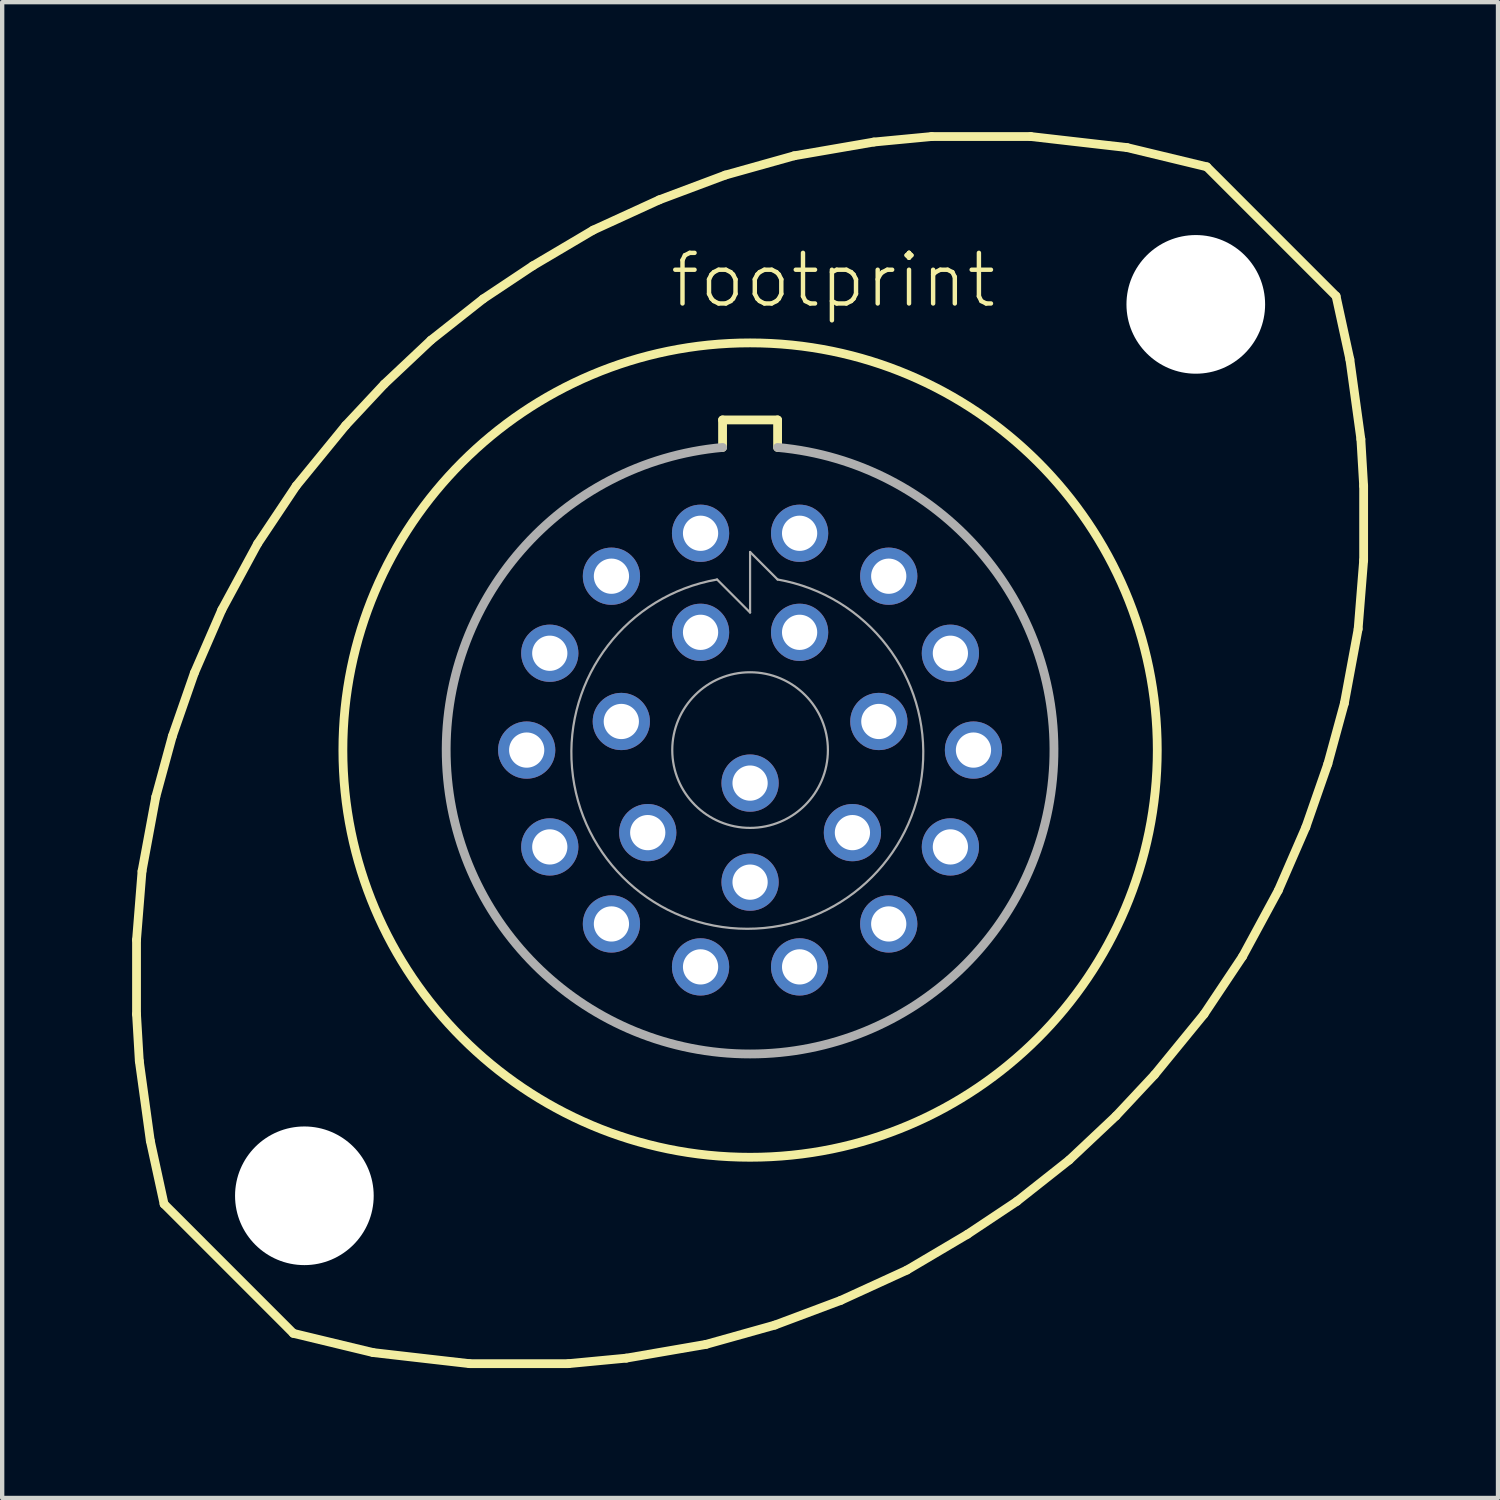
<source format=kicad_pcb>
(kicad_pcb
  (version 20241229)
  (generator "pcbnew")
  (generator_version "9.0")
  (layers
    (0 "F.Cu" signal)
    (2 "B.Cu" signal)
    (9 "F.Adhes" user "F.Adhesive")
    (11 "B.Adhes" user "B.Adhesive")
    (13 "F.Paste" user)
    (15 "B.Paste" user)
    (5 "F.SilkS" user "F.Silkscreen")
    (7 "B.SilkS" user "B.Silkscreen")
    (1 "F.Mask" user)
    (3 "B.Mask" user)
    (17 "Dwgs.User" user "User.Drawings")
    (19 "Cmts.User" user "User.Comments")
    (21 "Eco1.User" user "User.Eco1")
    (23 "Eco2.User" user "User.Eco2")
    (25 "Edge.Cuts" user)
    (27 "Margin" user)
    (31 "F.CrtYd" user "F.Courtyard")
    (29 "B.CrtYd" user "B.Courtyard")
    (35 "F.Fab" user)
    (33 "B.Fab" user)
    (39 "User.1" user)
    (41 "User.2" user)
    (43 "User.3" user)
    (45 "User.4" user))
  (footprint "footprint"
    (layer "F.Cu")
    (at 14.262 14.262)
    (property "Reference" "footprint" (at -1.905 -10.16 0) (layer "F.SilkS") (effects (font (size 1.168 1.168) (thickness 0.102)) (justify left bottom)))
    (fp_line (start -14.161 4.381) (end -14.034 2.794) (stroke (width 0.203) (type solid)) (layer "F.SilkS"))
    (fp_line (start -14.161 6.096) (end -14.161 4.381) (stroke (width 0.203) (type solid)) (layer "F.SilkS"))
    (fp_line (start -14.097 7.176) (end -14.161 6.096) (stroke (width 0.203) (type solid)) (layer "F.SilkS"))
    (fp_line (start -14.034 2.794) (end -13.716 1.079) (stroke (width 0.203) (type solid)) (layer "F.SilkS"))
    (fp_line (start -13.843 9.017) (end -14.097 7.176) (stroke (width 0.203) (type solid)) (layer "F.SilkS"))
    (fp_line (start -13.716 1.079) (end -13.335 -0.318) (stroke (width 0.203) (type solid)) (layer "F.SilkS"))
    (fp_line (start -13.525 10.477) (end -13.843 9.017) (stroke (width 0.203) (type solid)) (layer "F.SilkS"))
    (fp_line (start -13.525 10.477) (end -10.541 13.462) (stroke (width 0.203) (type solid)) (layer "F.SilkS"))
    (fp_line (start -13.335 -0.318) (end -12.827 -1.778) (stroke (width 0.203) (type solid)) (layer "F.SilkS"))
    (fp_line (start -12.827 -1.778) (end -12.192 -3.239) (stroke (width 0.203) (type solid)) (layer "F.SilkS"))
    (fp_line (start -12.192 -3.239) (end -11.367 -4.763) (stroke (width 0.203) (type solid)) (layer "F.SilkS"))
    (fp_line (start -11.367 -4.763) (end -10.477 -6.096) (stroke (width 0.203) (type solid)) (layer "F.SilkS"))
    (fp_line (start -10.477 -6.096) (end -9.335 -7.493) (stroke (width 0.203) (type solid)) (layer "F.SilkS"))
    (fp_line (start -9.335 -7.493) (end -8.445 -8.445) (stroke (width 0.203) (type solid)) (layer "F.SilkS"))
    (fp_line (start -8.7 13.906) (end -10.541 13.462) (stroke (width 0.203) (type solid)) (layer "F.SilkS"))
    (fp_line (start -8.445 -8.445) (end -7.366 -9.461) (stroke (width 0.203) (type solid)) (layer "F.SilkS"))
    (fp_line (start -7.366 -9.461) (end -6.16 -10.414) (stroke (width 0.203) (type solid)) (layer "F.SilkS"))
    (fp_line (start -6.477 14.161) (end -8.7 13.906) (stroke (width 0.203) (type solid)) (layer "F.SilkS"))
    (fp_line (start -6.16 -10.414) (end -5.016 -11.176) (stroke (width 0.203) (type solid)) (layer "F.SilkS"))
    (fp_line (start -5.016 -11.176) (end -3.619 -12.002) (stroke (width 0.203) (type solid)) (layer "F.SilkS"))
    (fp_line (start -4.191 14.161) (end -6.477 14.161) (stroke (width 0.203) (type solid)) (layer "F.SilkS"))
    (fp_line (start -3.619 -12.002) (end -2.095 -12.7) (stroke (width 0.203) (type solid)) (layer "F.SilkS"))
    (fp_line (start -2.857 14.034) (end -4.191 14.161) (stroke (width 0.203) (type solid)) (layer "F.SilkS"))
    (fp_line (start -2.095 -12.7) (end -0.572 -13.271) (stroke (width 0.203) (type solid)) (layer "F.SilkS"))
    (fp_line (start -1.016 13.716) (end -2.857 14.034) (stroke (width 0.203) (type solid)) (layer "F.SilkS"))
    (fp_line (start -0.635 -7.62) (end 0.635 -7.62) (stroke (width 0.203) (type solid)) (layer "F.SilkS"))
    (fp_line (start -0.635 -6.985) (end -0.635 -7.62) (stroke (width 0.203) (type solid)) (layer "F.SilkS"))
    (fp_line (start -0.572 -13.271) (end 1.016 -13.716) (stroke (width 0.203) (type solid)) (layer "F.SilkS"))
    (fp_line (start 0.572 13.271) (end -1.016 13.716) (stroke (width 0.203) (type solid)) (layer "F.SilkS"))
    (fp_line (start 0.635 -7.62) (end 0.635 -6.985) (stroke (width 0.203) (type solid)) (layer "F.SilkS"))
    (fp_line (start 1.016 -13.716) (end 2.857 -14.034) (stroke (width 0.203) (type solid)) (layer "F.SilkS"))
    (fp_line (start 2.095 12.7) (end 0.572 13.271) (stroke (width 0.203) (type solid)) (layer "F.SilkS"))
    (fp_line (start 2.857 -14.034) (end 4.191 -14.161) (stroke (width 0.203) (type solid)) (layer "F.SilkS"))
    (fp_line (start 3.619 12.002) (end 2.095 12.7) (stroke (width 0.203) (type solid)) (layer "F.SilkS"))
    (fp_line (start 4.191 -14.161) (end 6.477 -14.161) (stroke (width 0.203) (type solid)) (layer "F.SilkS"))
    (fp_line (start 5.016 11.176) (end 3.619 12.002) (stroke (width 0.203) (type solid)) (layer "F.SilkS"))
    (fp_line (start 6.16 10.414) (end 5.016 11.176) (stroke (width 0.203) (type solid)) (layer "F.SilkS"))
    (fp_line (start 6.477 -14.161) (end 8.7 -13.906) (stroke (width 0.203) (type solid)) (layer "F.SilkS"))
    (fp_line (start 7.366 9.461) (end 6.16 10.414) (stroke (width 0.203) (type solid)) (layer "F.SilkS"))
    (fp_line (start 8.445 8.445) (end 7.366 9.461) (stroke (width 0.203) (type solid)) (layer "F.SilkS"))
    (fp_line (start 8.7 -13.906) (end 10.541 -13.462) (stroke (width 0.203) (type solid)) (layer "F.SilkS"))
    (fp_line (start 9.335 7.493) (end 8.445 8.445) (stroke (width 0.203) (type solid)) (layer "F.SilkS"))
    (fp_line (start 10.477 6.096) (end 9.335 7.493) (stroke (width 0.203) (type solid)) (layer "F.SilkS"))
    (fp_line (start 11.367 4.763) (end 10.477 6.096) (stroke (width 0.203) (type solid)) (layer "F.SilkS"))
    (fp_line (start 12.192 3.239) (end 11.367 4.763) (stroke (width 0.203) (type solid)) (layer "F.SilkS"))
    (fp_line (start 12.827 1.778) (end 12.192 3.239) (stroke (width 0.203) (type solid)) (layer "F.SilkS"))
    (fp_line (start 13.335 0.318) (end 12.827 1.778) (stroke (width 0.203) (type solid)) (layer "F.SilkS"))
    (fp_line (start 13.525 -10.477) (end 10.541 -13.462) (stroke (width 0.203) (type solid)) (layer "F.SilkS"))
    (fp_line (start 13.525 -10.477) (end 13.843 -9.017) (stroke (width 0.203) (type solid)) (layer "F.SilkS"))
    (fp_line (start 13.716 -1.079) (end 13.335 0.318) (stroke (width 0.203) (type solid)) (layer "F.SilkS"))
    (fp_line (start 13.843 -9.017) (end 14.097 -7.176) (stroke (width 0.203) (type solid)) (layer "F.SilkS"))
    (fp_line (start 14.034 -2.794) (end 13.716 -1.079) (stroke (width 0.203) (type solid)) (layer "F.SilkS"))
    (fp_line (start 14.097 -7.176) (end 14.161 -6.096) (stroke (width 0.203) (type solid)) (layer "F.SilkS"))
    (fp_line (start 14.161 -6.096) (end 14.161 -4.381) (stroke (width 0.203) (type solid)) (layer "F.SilkS"))
    (fp_line (start 14.161 -4.381) (end 14.034 -2.794) (stroke (width 0.203) (type solid)) (layer "F.SilkS"))
    (fp_circle (center 0 0) (end 9.398 0) (stroke (width 0.203) (type solid)) (fill no) (layer "F.SilkS"))
    (fp_line (start -0.762 -3.937) (end 0 -3.175) (stroke (width 0.051) (type solid)) (layer "F.Fab"))
    (fp_line (start 0 -4.572) (end 0.635 -3.937) (stroke (width 0.051) (type solid)) (layer "F.Fab"))
    (fp_line (start 0 -3.175) (end 0 -4.572) (stroke (width 0.051) (type solid)) (layer "F.Fab"))
    (fp_arc (start 0.635 -6.985) (mid 0 7.013804) (end -0.635 -6.985) (stroke (width 0.2032) (type solid)) (layer "F.Fab"))
    (fp_arc (start 0.635 -3.937) (mid -0.0635 4.124522) (end -0.762 -3.937) (stroke (width 0.0508) (type solid)) (layer "F.Fab"))
    (fp_circle (center 0 0) (end 1.796 0) (stroke (width 0.051) (type solid)) (fill no) (layer "F.Fab"))
    (pad "" np_thru_hole circle (at -10.287 10.287) (size 3.2 3.2) (drill 3.2) (layers "*.Cu" "*.Mask"))
    (pad "" np_thru_hole circle (at 10.287 -10.287) (size 3.2 3.2) (drill 3.2) (layers "*.Cu" "*.Mask"))
    (pad "1" thru_hole circle (at 1.143 -5.004) (size 1.321 1.321) (drill 0.813) (layers "*.Cu" "*.Mask"))
    (pad "2" thru_hole circle (at 3.2 -4.013) (size 1.321 1.321) (drill 0.813) (layers "*.Cu" "*.Mask"))
    (pad "3" thru_hole circle (at 4.623 -2.235) (size 1.321 1.321) (drill 0.813) (layers "*.Cu" "*.Mask"))
    (pad "4" thru_hole circle (at 5.156 0) (size 1.321 1.321) (drill 0.813) (layers "*.Cu" "*.Mask"))
    (pad "5" thru_hole circle (at 4.623 2.235) (size 1.321 1.321) (drill 0.813) (layers "*.Cu" "*.Mask"))
    (pad "6" thru_hole circle (at 3.2 4.013) (size 1.321 1.321) (drill 0.813) (layers "*.Cu" "*.Mask"))
    (pad "7" thru_hole circle (at 1.143 5.004) (size 1.321 1.321) (drill 0.813) (layers "*.Cu" "*.Mask"))
    (pad "8" thru_hole circle (at -1.143 5.004) (size 1.321 1.321) (drill 0.813) (layers "*.Cu" "*.Mask"))
    (pad "9" thru_hole circle (at -3.2 4.013) (size 1.321 1.321) (drill 0.813) (layers "*.Cu" "*.Mask"))
    (pad "10" thru_hole circle (at -4.623 2.235) (size 1.321 1.321) (drill 0.813) (layers "*.Cu" "*.Mask"))
    (pad "11" thru_hole circle (at -5.156 0) (size 1.321 1.321) (drill 0.813) (layers "*.Cu" "*.Mask"))
    (pad "12" thru_hole circle (at -4.623 -2.235) (size 1.321 1.321) (drill 0.813) (layers "*.Cu" "*.Mask"))
    (pad "13" thru_hole circle (at -3.2 -4.013) (size 1.321 1.321) (drill 0.813) (layers "*.Cu" "*.Mask"))
    (pad "14" thru_hole circle (at -1.143 -5.004) (size 1.321 1.321) (drill 0.813) (layers "*.Cu" "*.Mask"))
    (pad "15" thru_hole circle (at 1.143 -2.718) (size 1.321 1.321) (drill 0.813) (layers "*.Cu" "*.Mask"))
    (pad "16" thru_hole circle (at 2.972 -0.66) (size 1.321 1.321) (drill 0.813) (layers "*.Cu" "*.Mask"))
    (pad "17" thru_hole circle (at 2.362 1.905) (size 1.321 1.321) (drill 0.813) (layers "*.Cu" "*.Mask"))
    (pad "18" thru_hole circle (at 0 3.048) (size 1.321 1.321) (drill 0.813) (layers "*.Cu" "*.Mask"))
    (pad "19" thru_hole circle (at -2.362 1.905) (size 1.321 1.321) (drill 0.813) (layers "*.Cu" "*.Mask"))
    (pad "20" thru_hole circle (at -2.972 -0.66) (size 1.321 1.321) (drill 0.813) (layers "*.Cu" "*.Mask"))
    (pad "21" thru_hole circle (at -1.143 -2.718) (size 1.321 1.321) (drill 0.813) (layers "*.Cu" "*.Mask"))
    (pad "22" thru_hole circle (at 0 0.762) (size 1.321 1.321) (drill 0.813) (layers "*.Cu" "*.Mask")))
  (gr_rect
    (start -3 -3)
    (end 31.524 31.524)
    (stroke (width 0.1) (type default))
    (fill no)
    (layer "Edge.Cuts")))
</source>
